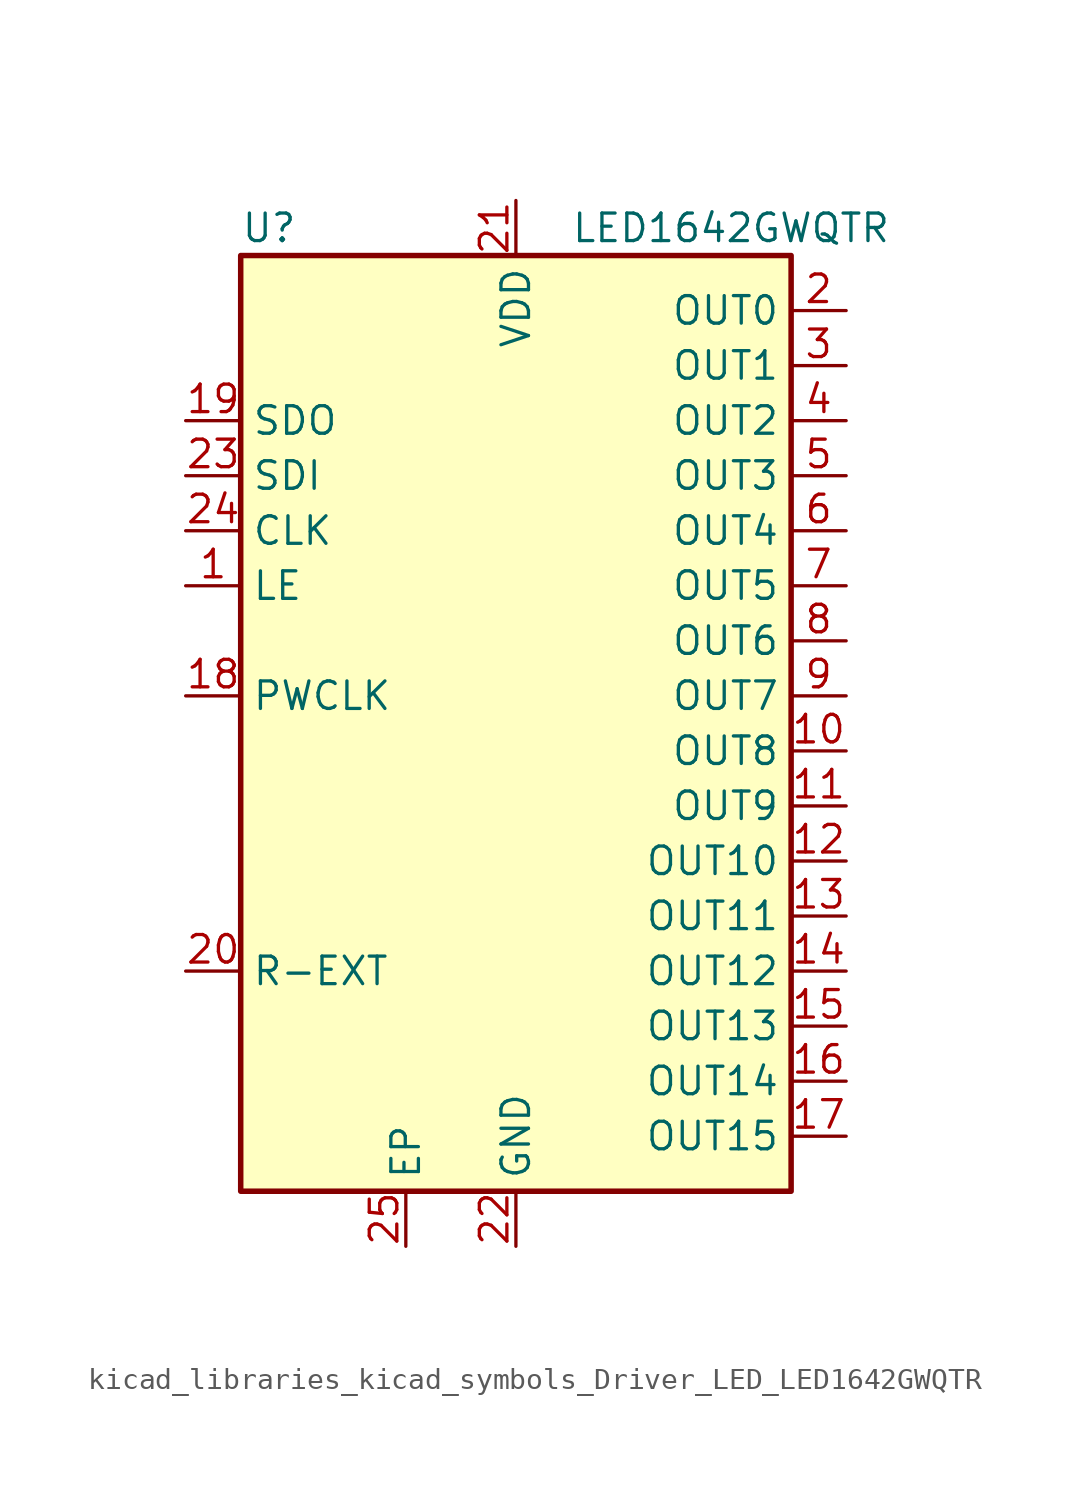
<source format=kicad_sym>
(kicad_symbol_lib
  (version 20220914)
  (generator kicad_symbol_editor)
  (symbol "kicad_libraries_kicad_symbols_Driver_LED_LED1642GWQTR"
    (property "Reference" "U"
      (at -12.7 21.59 0)
      (effects (font (size 1.27 1.27)) (justify left)))
    (property "Value" "LED1642GWQTR"
      (at 2.54 21.59 0)
      (effects (font (size 1.27 1.27)) (justify left)))
    (symbol "kicad_libraries_kicad_symbols_Driver_LED_LED1642GWQTR_0_1"
      (rectangle (start -12.7 20.32) (end 12.7 -22.86) (stroke (width 0.254) (type default)) (fill (type background))))
    (symbol "kicad_libraries_kicad_symbols_Driver_LED_LED1642GWQTR_1_1"
      (pin input line (at -15.24 5.08 0) (length 2.54) (name "LE" (effects (font (size 1.27 1.27)))) (number "1" (effects (font (size 1.27 1.27)))))
      (pin output line (at 15.24 -2.54 180) (length 2.54) (name "OUT8" (effects (font (size 1.27 1.27)))) (number "10" (effects (font (size 1.27 1.27)))))
      (pin output line (at 15.24 -5.08 180) (length 2.54) (name "OUT9" (effects (font (size 1.27 1.27)))) (number "11" (effects (font (size 1.27 1.27)))))
      (pin output line (at 15.24 -7.62 180) (length 2.54) (name "OUT10" (effects (font (size 1.27 1.27)))) (number "12" (effects (font (size 1.27 1.27)))))
      (pin output line (at 15.24 -10.16 180) (length 2.54) (name "OUT11" (effects (font (size 1.27 1.27)))) (number "13" (effects (font (size 1.27 1.27)))))
      (pin output line (at 15.24 -12.7 180) (length 2.54) (name "OUT12" (effects (font (size 1.27 1.27)))) (number "14" (effects (font (size 1.27 1.27)))))
      (pin output line (at 15.24 -15.24 180) (length 2.54) (name "OUT13" (effects (font (size 1.27 1.27)))) (number "15" (effects (font (size 1.27 1.27)))))
      (pin output line (at 15.24 -17.78 180) (length 2.54) (name "OUT14" (effects (font (size 1.27 1.27)))) (number "16" (effects (font (size 1.27 1.27)))))
      (pin output line (at 15.24 -20.32 180) (length 2.54) (name "OUT15" (effects (font (size 1.27 1.27)))) (number "17" (effects (font (size 1.27 1.27)))))
      (pin input line (at -15.24 0 0) (length 2.54) (name "PWCLK" (effects (font (size 1.27 1.27)))) (number "18" (effects (font (size 1.27 1.27)))))
      (pin output line (at -15.24 12.7 0) (length 2.54) (name "SDO" (effects (font (size 1.27 1.27)))) (number "19" (effects (font (size 1.27 1.27)))))
      (pin output line (at 15.24 17.78 180) (length 2.54) (name "OUT0" (effects (font (size 1.27 1.27)))) (number "2" (effects (font (size 1.27 1.27)))))
      (pin passive line (at -15.24 -12.7 0) (length 2.54) (name "R-EXT" (effects (font (size 1.27 1.27)))) (number "20" (effects (font (size 1.27 1.27)))))
      (pin power_in line (at 0 22.86 270) (length 2.54) (name "VDD" (effects (font (size 1.27 1.27)))) (number "21" (effects (font (size 1.27 1.27)))))
      (pin power_in line (at 0 -25.4 90) (length 2.54) (name "GND" (effects (font (size 1.27 1.27)))) (number "22" (effects (font (size 1.27 1.27)))))
      (pin input line (at -15.24 10.16 0) (length 2.54) (name "SDI" (effects (font (size 1.27 1.27)))) (number "23" (effects (font (size 1.27 1.27)))))
      (pin input line (at -15.24 7.62 0) (length 2.54) (name "CLK" (effects (font (size 1.27 1.27)))) (number "24" (effects (font (size 1.27 1.27)))))
      (pin passive line (at -5.08 -25.4 90) (length 2.54) (name "EP" (effects (font (size 1.27 1.27)))) (number "25" (effects (font (size 1.27 1.27)))))
      (pin output line (at 15.24 15.24 180) (length 2.54) (name "OUT1" (effects (font (size 1.27 1.27)))) (number "3" (effects (font (size 1.27 1.27)))))
      (pin output line (at 15.24 12.7 180) (length 2.54) (name "OUT2" (effects (font (size 1.27 1.27)))) (number "4" (effects (font (size 1.27 1.27)))))
      (pin output line (at 15.24 10.16 180) (length 2.54) (name "OUT3" (effects (font (size 1.27 1.27)))) (number "5" (effects (font (size 1.27 1.27)))))
      (pin output line (at 15.24 7.62 180) (length 2.54) (name "OUT4" (effects (font (size 1.27 1.27)))) (number "6" (effects (font (size 1.27 1.27)))))
      (pin output line (at 15.24 5.08 180) (length 2.54) (name "OUT5" (effects (font (size 1.27 1.27)))) (number "7" (effects (font (size 1.27 1.27)))))
      (pin output line (at 15.24 2.54 180) (length 2.54) (name "OUT6" (effects (font (size 1.27 1.27)))) (number "8" (effects (font (size 1.27 1.27)))))
      (pin output line (at 15.24 0 180) (length 2.54) (name "OUT7" (effects (font (size 1.27 1.27)))) (number "9" (effects (font (size 1.27 1.27))))))))
</source>
